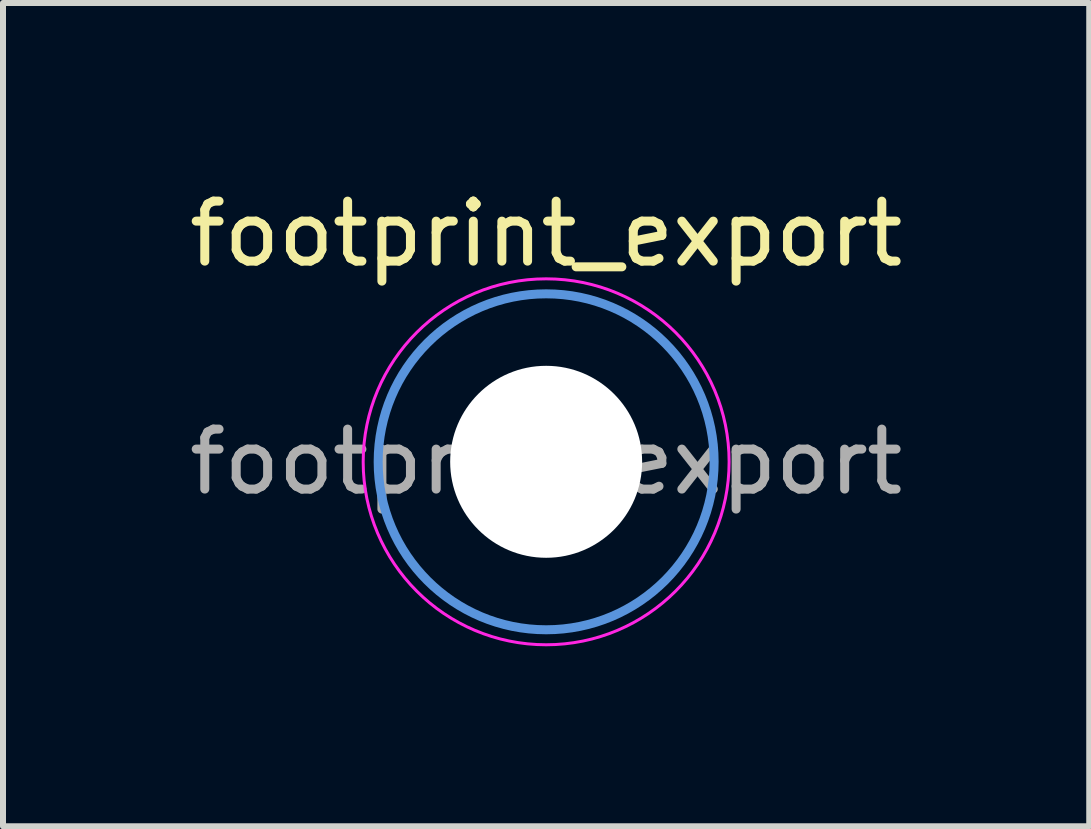
<source format=kicad_pcb>
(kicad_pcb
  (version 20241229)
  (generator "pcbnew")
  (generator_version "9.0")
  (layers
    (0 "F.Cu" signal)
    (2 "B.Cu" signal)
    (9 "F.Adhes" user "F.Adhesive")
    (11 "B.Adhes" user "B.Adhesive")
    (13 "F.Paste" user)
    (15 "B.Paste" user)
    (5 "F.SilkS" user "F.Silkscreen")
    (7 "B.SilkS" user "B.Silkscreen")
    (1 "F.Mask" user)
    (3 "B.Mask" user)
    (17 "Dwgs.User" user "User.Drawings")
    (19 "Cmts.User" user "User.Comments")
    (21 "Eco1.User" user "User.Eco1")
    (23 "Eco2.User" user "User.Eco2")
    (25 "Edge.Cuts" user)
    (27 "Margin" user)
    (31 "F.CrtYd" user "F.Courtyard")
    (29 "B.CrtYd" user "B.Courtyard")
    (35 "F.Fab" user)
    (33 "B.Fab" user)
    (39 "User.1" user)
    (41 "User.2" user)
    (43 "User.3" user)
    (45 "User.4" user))
  (footprint "footprint_export"
    (layer "F.Cu")
    (at 6.054 4.648)
    (property "Reference" "footprint_export" (at 0 -3.8 0) (layer "F.SilkS") (effects (font (size 1 1) (thickness 0.15))))
    (attr exclude_from_pos_files exclude_from_bom)
    (fp_circle (center 0 0) (end 2.8 0) (stroke (width 0.15) (type solid)) (fill no) (layer "Cmts.User"))
    (fp_circle (center 0 0) (end 3.05 0) (stroke (width 0.05) (type solid)) (fill no) (layer "F.CrtYd"))
    (fp_text user "${REFERENCE}" (at 0 0 0) (layer "F.Fab") (effects (font (size 1 1) (thickness 0.15))))
    (pad "" np_thru_hole circle (at 0 0) (size 3.2 3.2) (drill 3.2) (layers "*.Cu" "*.Mask")))
  (gr_rect
    (start -3 -3)
    (end 15.107 10.723)
    (stroke (width 0.1) (type default))
    (fill no)
    (layer "Edge.Cuts")))
</source>
